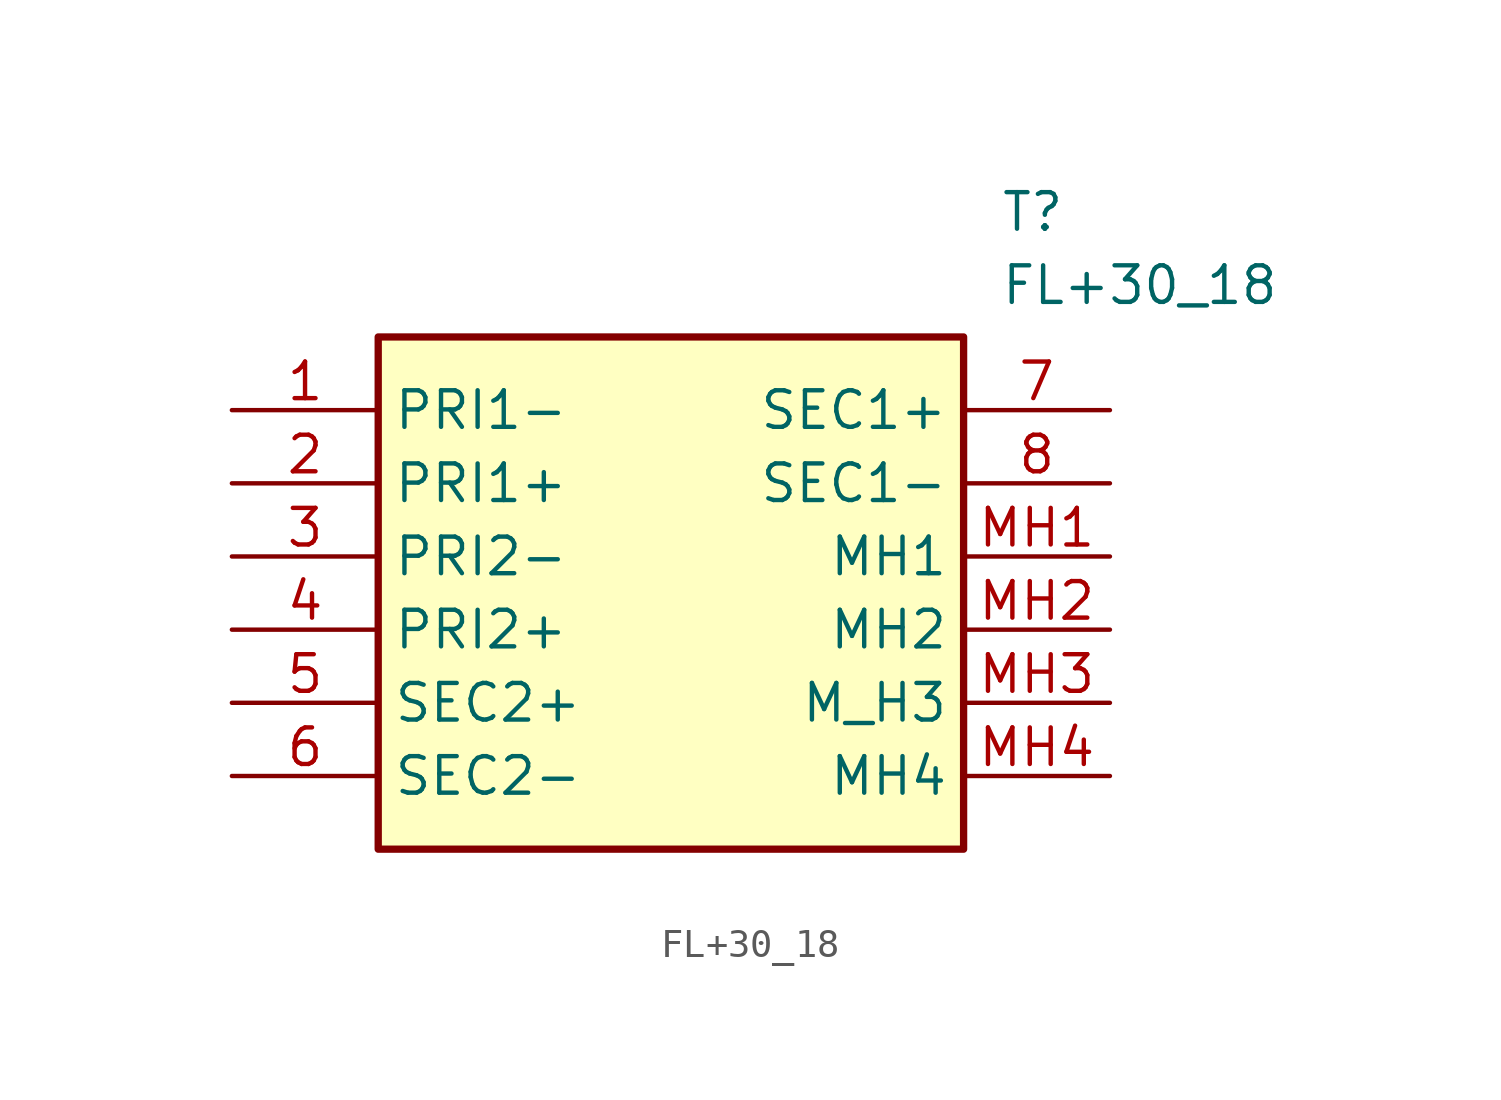
<source format=kicad_sym>
(kicad_symbol_lib
  (version 20211014)
  (generator SamacSys_ECAD_Model)
  (symbol "FL+30_18"
    (property "Reference" "T"
      (at 26.67 7.62 0)
      (effects (font (size 1.27 1.27)) (justify left top)))
    (property "Value" "FL+30_18"
      (at 26.67 5.08 0)
      (effects (font (size 1.27 1.27)) (justify left top)))
    (rectangle
      (start 5.08 2.54)
      (end 25.4 -15.24)
      (stroke (width 0.254) (type default))
      (fill (type background)))
    (pin passive line
      (at 0 0 0)
      (length 5.08)
      (name "PRI1-" (effects (font (size 1.27 1.27))))
      (number "1" (effects (font (size 1.27 1.27)))))
    (pin passive line
      (at 0 -2.54 0)
      (length 5.08)
      (name "PRI1+" (effects (font (size 1.27 1.27))))
      (number "2" (effects (font (size 1.27 1.27)))))
    (pin passive line
      (at 0 -5.08 0)
      (length 5.08)
      (name "PRI2-" (effects (font (size 1.27 1.27))))
      (number "3" (effects (font (size 1.27 1.27)))))
    (pin passive line
      (at 0 -7.62 0)
      (length 5.08)
      (name "PRI2+" (effects (font (size 1.27 1.27))))
      (number "4" (effects (font (size 1.27 1.27)))))
    (pin passive line
      (at 0 -10.16 0)
      (length 5.08)
      (name "SEC2+" (effects (font (size 1.27 1.27))))
      (number "5" (effects (font (size 1.27 1.27)))))
    (pin passive line
      (at 0 -12.7 0)
      (length 5.08)
      (name "SEC2-" (effects (font (size 1.27 1.27))))
      (number "6" (effects (font (size 1.27 1.27)))))
    (pin passive line
      (at 30.48 0 180)
      (length 5.08)
      (name "SEC1+" (effects (font (size 1.27 1.27))))
      (number "7" (effects (font (size 1.27 1.27)))))
    (pin passive line
      (at 30.48 -2.54 180)
      (length 5.08)
      (name "SEC1-" (effects (font (size 1.27 1.27))))
      (number "8" (effects (font (size 1.27 1.27)))))
    (pin passive line
      (at 30.48 -5.08 180)
      (length 5.08)
      (name "MH1" (effects (font (size 1.27 1.27))))
      (number "MH1" (effects (font (size 1.27 1.27)))))
    (pin passive line
      (at 30.48 -7.62 180)
      (length 5.08)
      (name "MH2" (effects (font (size 1.27 1.27))))
      (number "MH2" (effects (font (size 1.27 1.27)))))
    (pin passive line
      (at 30.48 -10.16 180)
      (length 5.08)
      (name "M_H3" (effects (font (size 1.27 1.27))))
      (number "MH3" (effects (font (size 1.27 1.27)))))
    (pin passive line
      (at 30.48 -12.7 180)
      (length 5.08)
      (name "MH4" (effects (font (size 1.27 1.27))))
      (number "MH4" (effects (font (size 1.27 1.27)))))))
</source>
